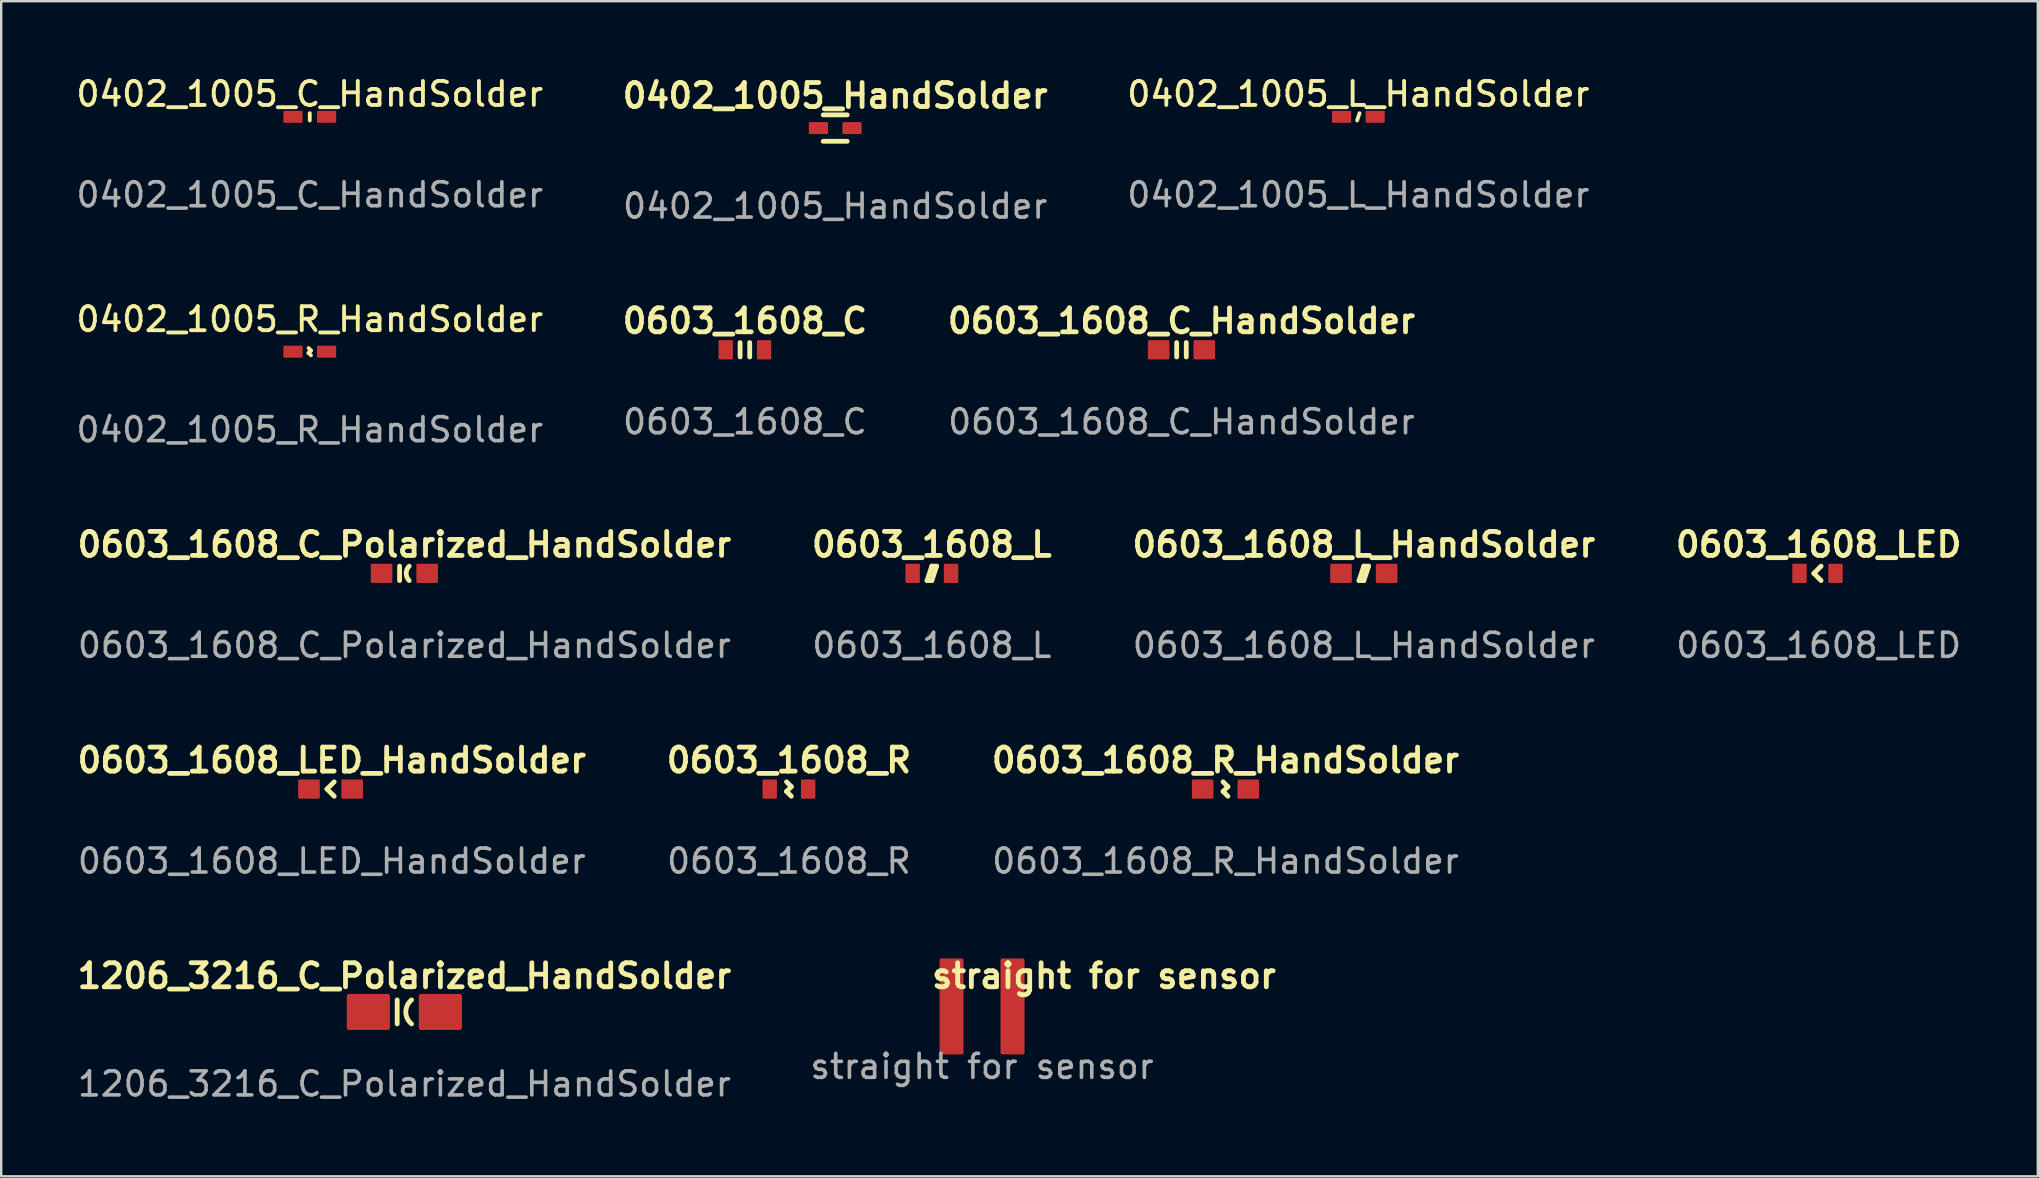
<source format=kicad_pcb>
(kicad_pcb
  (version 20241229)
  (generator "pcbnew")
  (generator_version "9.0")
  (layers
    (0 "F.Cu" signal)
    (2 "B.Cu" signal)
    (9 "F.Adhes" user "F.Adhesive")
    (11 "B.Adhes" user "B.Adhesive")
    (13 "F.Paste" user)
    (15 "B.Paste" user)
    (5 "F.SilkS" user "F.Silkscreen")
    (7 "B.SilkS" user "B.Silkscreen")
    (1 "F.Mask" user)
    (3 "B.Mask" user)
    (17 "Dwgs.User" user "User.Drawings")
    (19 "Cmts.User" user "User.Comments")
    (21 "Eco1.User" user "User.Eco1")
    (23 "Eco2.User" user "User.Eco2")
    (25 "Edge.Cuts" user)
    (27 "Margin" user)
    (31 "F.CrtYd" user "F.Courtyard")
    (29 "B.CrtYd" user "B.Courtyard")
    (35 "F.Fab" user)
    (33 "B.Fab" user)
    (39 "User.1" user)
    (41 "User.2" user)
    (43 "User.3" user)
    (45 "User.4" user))
  (footprint "1206_3216_C_Polarized_HandSolder"
    (layer "F.Cu")
    (at 13.795 39.103)
    (property "Reference" "1206_3216_C_Polarized_HandSolder" (at 0 -1.5 0) (unlocked yes) (layer "F.SilkS") (effects (font (size 1 1) (thickness 0.2) (bold yes))))
    (attr smd)
    (fp_line (start -0.3 -0.5) (end -0.3 0.5) (stroke (width 0.2) (type default)) (layer "F.SilkS"))
    (fp_arc (start 0.3 0.5) (mid 0.059687 0) (end 0.3 -0.5) (stroke (width 0.2) (type default)) (layer "F.SilkS"))
    (fp_text user "${REFERENCE}" (at 0 3 0) (unlocked yes) (layer "F.Fab") (effects (font (size 1 1) (thickness 0.15))))
    (pad "1" smd roundrect (at -1.5 0) (size 1.8 1.5) (layers "F.Cu" "F.Mask" "F.Paste") (roundrect_rratio 0.062))
    (pad "2" smd roundrect (at 1.5 0) (size 1.8 1.5) (layers "F.Cu" "F.Mask" "F.Paste") (roundrect_rratio 0.062)))
  (footprint "0603_1608_L"
    (layer "F.Cu")
    (at 35.767 20.834)
    (property "Reference" "0603_1608_L" (at 0 -1.2 0) (unlocked yes) (layer "F.SilkS") (effects (font (size 1 1) (thickness 0.2) (bold yes))))
    (attr smd)
    (fp_line (start 0 -0.3) (end -0.2 0.3) (stroke (width 0.2) (type default)) (layer "F.SilkS"))
    (fp_line (start 0 0.3) (end -0.2 0.3) (stroke (width 0.2) (type default)) (layer "F.SilkS"))
    (fp_line (start 0.2 -0.3) (end 0 -0.3) (stroke (width 0.2) (type default)) (layer "F.SilkS"))
    (fp_line (start 0.2 -0.3) (end 0 0.3) (stroke (width 0.2) (type default)) (layer "F.SilkS"))
    (fp_text user "${REFERENCE}" (at 0 3 0) (unlocked yes) (layer "F.Fab") (effects (font (size 1 1) (thickness 0.15))))
    (pad "1" smd roundrect (at -0.8 0) (size 0.6 0.8) (layers "F.Cu" "F.Mask" "F.Paste") (roundrect_rratio 0.062))
    (pad "2" smd roundrect (at 0.8 0) (size 0.6 0.8) (layers "F.Cu" "F.Mask" "F.Paste") (roundrect_rratio 0.062)))
  (footprint "0603_1608_C_HandSolder"
    (layer "F.Cu")
    (at 46.166 11.52)
    (property "Reference" "0603_1608_C_HandSolder" (at 0 -1.2 0) (unlocked yes) (layer "F.SilkS") (effects (font (size 1 1) (thickness 0.2) (bold yes))))
    (attr smd)
    (fp_line (start -0.2 -0.3) (end -0.2 0.3) (stroke (width 0.2) (type default)) (layer "F.SilkS"))
    (fp_line (start 0.2 -0.3) (end 0.2 0.3) (stroke (width 0.2) (type default)) (layer "F.SilkS"))
    (fp_rect (start -0.8 -0.4) (end 0.8 0.4) (stroke (width 0.01) (type default)) (fill no) (layer "User.1"))
    (fp_text user "${REFERENCE}" (at 0 3 0) (unlocked yes) (layer "F.Fab") (effects (font (size 1 1) (thickness 0.15))))
    (pad "1" smd roundrect (at -0.95 0) (size 0.9 0.8) (layers "F.Cu" "F.Mask" "F.Paste") (roundrect_rratio 0.062))
    (pad "2" smd roundrect (at 0.95 0) (size 0.9 0.8) (layers "F.Cu" "F.Mask" "F.Paste") (roundrect_rratio 0.062)))
  (footprint "0402_1005_R_HandSolder"
    (layer "F.Cu")
    (at 9.854 11.6)
    (property "Reference" "0402_1005_R_HandSolder" (at 0 -1.35 0) (unlocked yes) (layer "F.SilkS") (effects (font (size 1 1) (thickness 0.16))))
    (attr smd)
    (fp_line (start -0.05 -0.15) (end 0.05 -0.05) (stroke (width 0.16) (type default)) (layer "F.SilkS"))
    (fp_line (start 0.05 -0.05) (end -0.05 0.05) (stroke (width 0.16) (type default)) (layer "F.SilkS"))
    (fp_line (start 0.05 0.15) (end -0.05 0.05) (stroke (width 0.16) (type default)) (layer "F.SilkS"))
    (fp_rect (start 0.5 0.25) (end -0.5 -0.25) (stroke (width 0.01) (type default)) (fill no) (layer "User.1"))
    (fp_text user "${REFERENCE}" (at 0 3.25 0) (unlocked yes) (layer "F.Fab") (effects (font (size 1 1) (thickness 0.15))))
    (pad "1" smd roundrect (at -0.7 0) (size 0.8 0.5) (layers "F.Cu" "F.Mask" "F.Paste") (roundrect_rratio 0.08))
    (pad "2" smd roundrect (at 0.7 0) (size 0.8 0.5) (layers "F.Cu" "F.Mask" "F.Paste") (roundrect_rratio 0.08)))
  (footprint "0603_1608_R_HandSolder"
    (layer "F.Cu")
    (at 48 29.819)
    (property "Reference" "0603_1608_R_HandSolder" (at 0 -1.2 0) (unlocked yes) (layer "F.SilkS") (effects (font (size 1 1) (thickness 0.2) (bold yes))))
    (attr smd)
    (fp_line (start 0.1 -0.1) (end -0.1 -0.3) (stroke (width 0.2) (type default)) (layer "F.SilkS"))
    (fp_line (start 0.1 -0.1) (end -0.1 0.1) (stroke (width 0.2) (type default)) (layer "F.SilkS"))
    (fp_line (start 0.1 0.3) (end -0.1 0.1) (stroke (width 0.2) (type default)) (layer "F.SilkS"))
    (fp_text user "${REFERENCE}" (at 0 3 0) (unlocked yes) (layer "F.Fab") (effects (font (size 1 1) (thickness 0.15))))
    (pad "1" smd roundrect (at -0.95 0) (size 0.9 0.8) (layers "F.Cu" "F.Mask" "F.Paste") (roundrect_rratio 0.062))
    (pad "2" smd roundrect (at 0.95 0) (size 0.9 0.8) (layers "F.Cu" "F.Mask" "F.Paste") (roundrect_rratio 0.062)))
  (footprint "0603_1608_L_HandSolder"
    (layer "F.Cu")
    (at 53.762 20.834)
    (property "Reference" "0603_1608_L_HandSolder" (at 0 -1.2 0) (unlocked yes) (layer "F.SilkS") (effects (font (size 1 1) (thickness 0.2) (bold yes))))
    (attr smd)
    (fp_line (start 0 -0.3) (end -0.2 0.3) (stroke (width 0.2) (type default)) (layer "F.SilkS"))
    (fp_line (start 0 0.3) (end -0.2 0.3) (stroke (width 0.2) (type default)) (layer "F.SilkS"))
    (fp_line (start 0.2 -0.3) (end 0 -0.3) (stroke (width 0.2) (type default)) (layer "F.SilkS"))
    (fp_line (start 0.2 -0.3) (end 0 0.3) (stroke (width 0.2) (type default)) (layer "F.SilkS"))
    (fp_text user "${REFERENCE}" (at 0 3 0) (unlocked yes) (layer "F.Fab") (effects (font (size 1 1) (thickness 0.15))))
    (pad "1" smd roundrect (at -0.95 0) (size 0.9 0.8) (layers "F.Cu" "F.Mask" "F.Paste") (roundrect_rratio 0.062))
    (pad "2" smd roundrect (at 0.95 0) (size 0.9 0.8) (layers "F.Cu" "F.Mask" "F.Paste") (roundrect_rratio 0.062)))
  (footprint "0402_1005_L_HandSolder"
    (layer "F.Cu")
    (at 53.534 1.816)
    (property "Reference" "0402_1005_L_HandSolder" (at 0 -0.95 0) (unlocked yes) (layer "F.SilkS") (effects (font (size 1 1) (thickness 0.16))))
    (attr smd)
    (fp_line (start 0.05 -0.15) (end -0.05 0.15) (stroke (width 0.16) (type default)) (layer "F.SilkS"))
    (fp_rect (start 0.5 0.25) (end -0.5 -0.25) (stroke (width 0.01) (type default)) (fill no) (layer "User.1"))
    (fp_text user "${REFERENCE}" (at 0 3.25 0) (unlocked yes) (layer "F.Fab") (effects (font (size 1 1) (thickness 0.15))))
    (pad "1" smd roundrect (at -0.7 0) (size 0.8 0.5) (layers "F.Cu" "F.Mask" "F.Paste") (roundrect_rratio 0.08))
    (pad "2" smd roundrect (at 0.7 0) (size 0.8 0.5) (layers "F.Cu" "F.Mask" "F.Paste") (roundrect_rratio 0.08)))
  (footprint "0603_1608_LED_HandSolder"
    (layer "F.Cu")
    (at 10.771 29.819)
    (property "Reference" "0603_1608_LED_HandSolder" (at 0 -1.2 0) (unlocked yes) (layer "F.SilkS") (effects (font (size 1 1) (thickness 0.2) (bold yes))))
    (attr smd)
    (fp_line (start -0.2 0) (end 0.1 -0.3) (stroke (width 0.2) (type default)) (layer "F.SilkS"))
    (fp_line (start 0.1 0.3) (end -0.2 0) (stroke (width 0.2) (type default)) (layer "F.SilkS"))
    (fp_text user "${REFERENCE}" (at 0 3 0) (unlocked yes) (layer "F.Fab") (effects (font (size 1 1) (thickness 0.15))))
    (pad "1" smd roundrect (at -0.95 0) (size 0.9 0.8) (layers "F.Cu" "F.Mask" "F.Paste") (roundrect_rratio 0.062))
    (pad "2" smd roundrect (at 0.85 0) (size 0.9 0.8) (layers "F.Cu" "F.Mask" "F.Paste") (roundrect_rratio 0.062)))
  (footprint "0603_1608_LED"
    (layer "F.Cu")
    (at 72.71 20.834)
    (property "Reference" "0603_1608_LED" (at 0 -1.2 0) (unlocked yes) (layer "F.SilkS") (effects (font (size 1 1) (thickness 0.2) (bold yes))))
    (attr smd)
    (fp_line (start -0.2 0) (end 0.1 -0.3) (stroke (width 0.2) (type default)) (layer "F.SilkS"))
    (fp_line (start 0.1 0.3) (end -0.2 0) (stroke (width 0.2) (type default)) (layer "F.SilkS"))
    (fp_text user "${REFERENCE}" (at 0 3 0) (unlocked yes) (layer "F.Fab") (effects (font (size 1 1) (thickness 0.15))))
    (pad "1" smd roundrect (at -0.8 0) (size 0.6 0.8) (layers "F.Cu" "F.Mask" "F.Paste") (roundrect_rratio 0.062))
    (pad "2" smd roundrect (at 0.7 0) (size 0.6 0.8) (layers "F.Cu" "F.Mask" "F.Paste") (roundrect_rratio 0.062)))
  (footprint "0603_1608_C_Polarized_HandSolder"
    (layer "F.Cu")
    (at 13.795 20.834)
    (property "Reference" "0603_1608_C_Polarized_HandSolder" (at 0 -1.2 0) (unlocked yes) (layer "F.SilkS") (effects (font (size 1 1) (thickness 0.2) (bold yes))))
    (attr smd)
    (fp_line (start -0.2 -0.3) (end -0.2 0.3) (stroke (width 0.2) (type default)) (layer "F.SilkS"))
    (fp_arc (start 0.2 0.3) (mid 0.075736 0) (end 0.2 -0.3) (stroke (width 0.2) (type default)) (layer "F.SilkS"))
    (fp_text user "${REFERENCE}" (at 0 3 0) (unlocked yes) (layer "F.Fab") (effects (font (size 1 1) (thickness 0.15))))
    (pad "1" smd roundrect (at -0.95 0) (size 0.9 0.8) (layers "F.Cu" "F.Mask" "F.Paste") (roundrect_rratio 0.062))
    (pad "2" smd roundrect (at 0.95 0) (size 0.9 0.8) (layers "F.Cu" "F.Mask" "F.Paste") (roundrect_rratio 0.062)))
  (footprint "straight for sensor"
    (layer "F.Cu")
    (at 37.858 38.873)
    (property "Reference" "straight for sensor" (at 5.08 -1.27 0) (unlocked yes) (layer "F.SilkS") (effects (font (size 1 1) (thickness 0.2) (bold yes))))
    (attr smd)
    (fp_text user "${REFERENCE}" (at 0 2.5 0) (unlocked yes) (layer "F.Fab") (effects (font (size 1 1) (thickness 0.15))))
    (pad "1" smd roundrect (at 1.27 0) (size 1 4) (layers "F.Cu" "F.Mask" "F.Paste") (roundrect_rratio 0.071))
    (pad "2" smd roundrect (at -1.27 0) (size 1 4) (layers "F.Cu" "F.Mask" "F.Paste") (roundrect_rratio 0.071)))
  (footprint "0402_1005_HandSolder"
    (layer "F.Cu")
    (at 31.742 2.286)
    (property "Reference" "0402_1005_HandSolder" (at 0 -1.35 0) (unlocked yes) (layer "F.SilkS") (effects (font (size 1 1) (thickness 0.2) (bold yes))))
    (attr smd)
    (fp_line (start -0.5 -0.55) (end 0.5 -0.55) (stroke (width 0.2) (type default)) (layer "F.SilkS"))
    (fp_line (start -0.5 0.55) (end 0.5 0.55) (stroke (width 0.2) (type default)) (layer "F.SilkS"))
    (fp_rect (start 0.5 0.25) (end -0.5 -0.25) (stroke (width 0.01) (type default)) (fill no) (layer "User.1"))
    (fp_text user "${REFERENCE}" (at 0 3.25 0) (unlocked yes) (layer "F.Fab") (effects (font (size 1 1) (thickness 0.15))))
    (pad "1" smd roundrect (at -0.7 0) (size 0.8 0.5) (layers "F.Cu" "F.Mask" "F.Paste") (roundrect_rratio 0.08))
    (pad "2" smd roundrect (at 0.7 0) (size 0.8 0.5) (layers "F.Cu" "F.Mask" "F.Paste") (roundrect_rratio 0.08)))
  (footprint "0402_1005_C_HandSolder"
    (layer "F.Cu")
    (at 9.854 1.816)
    (property "Reference" "0402_1005_C_HandSolder" (at 0 -0.95 0) (unlocked yes) (layer "F.SilkS") (effects (font (size 1 1) (thickness 0.16))))
    (attr smd)
    (fp_line (start 0 -0.15) (end 0 0.15) (stroke (width 0.16) (type default)) (layer "F.SilkS"))
    (fp_rect (start 0.5 0.25) (end -0.5 -0.25) (stroke (width 0.01) (type default)) (fill no) (layer "User.1"))
    (fp_text user "${REFERENCE}" (at 0 3.25 0) (unlocked yes) (layer "F.Fab") (effects (font (size 1 1) (thickness 0.15))))
    (pad "1" smd roundrect (at -0.7 0) (size 0.8 0.5) (layers "F.Cu" "F.Mask" "F.Paste") (roundrect_rratio 0.08))
    (pad "2" smd roundrect (at 0.7 0) (size 0.8 0.5) (layers "F.Cu" "F.Mask" "F.Paste") (roundrect_rratio 0.08)))
  (footprint "0603_1608_C"
    (layer "F.Cu")
    (at 27.98 11.52)
    (property "Reference" "0603_1608_C" (at 0 -1.2 0) (unlocked yes) (layer "F.SilkS") (effects (font (size 1 1) (thickness 0.2) (bold yes))))
    (attr smd)
    (fp_line (start -0.2 -0.3) (end -0.2 0.3) (stroke (width 0.2) (type default)) (layer "F.SilkS"))
    (fp_line (start 0.2 -0.3) (end 0.2 0.3) (stroke (width 0.2) (type default)) (layer "F.SilkS"))
    (fp_text user "${REFERENCE}" (at 0 3 0) (unlocked yes) (layer "F.Fab") (effects (font (size 1 1) (thickness 0.15))))
    (pad "1" smd roundrect (at -0.8 0) (size 0.6 0.8) (layers "F.Cu" "F.Mask" "F.Paste") (roundrect_rratio 0.062))
    (pad "2" smd roundrect (at 0.8 0) (size 0.6 0.8) (layers "F.Cu" "F.Mask" "F.Paste") (roundrect_rratio 0.062)))
  (footprint "0603_1608_R"
    (layer "F.Cu")
    (at 29.814 29.819)
    (property "Reference" "0603_1608_R" (at 0 -1.2 0) (unlocked yes) (layer "F.SilkS") (effects (font (size 1 1) (thickness 0.2) (bold yes))))
    (attr smd)
    (fp_line (start 0.1 -0.1) (end -0.1 -0.3) (stroke (width 0.2) (type default)) (layer "F.SilkS"))
    (fp_line (start 0.1 -0.1) (end -0.1 0.1) (stroke (width 0.2) (type default)) (layer "F.SilkS"))
    (fp_line (start 0.1 0.3) (end -0.1 0.1) (stroke (width 0.2) (type default)) (layer "F.SilkS"))
    (fp_text user "${REFERENCE}" (at 0 3 0) (unlocked yes) (layer "F.Fab") (effects (font (size 1 1) (thickness 0.15))))
    (pad "1" smd roundrect (at -0.8 0) (size 0.6 0.8) (layers "F.Cu" "F.Mask" "F.Paste") (roundrect_rratio 0.062))
    (pad "2" smd roundrect (at 0.8 0) (size 0.6 0.8) (layers "F.Cu" "F.Mask" "F.Paste") (roundrect_rratio 0.062)))
  (gr_rect
    (start -3 -3)
    (end 81.838 45.951)
    (stroke (width 0.1) (type default))
    (fill no)
    (layer "Edge.Cuts")))
</source>
